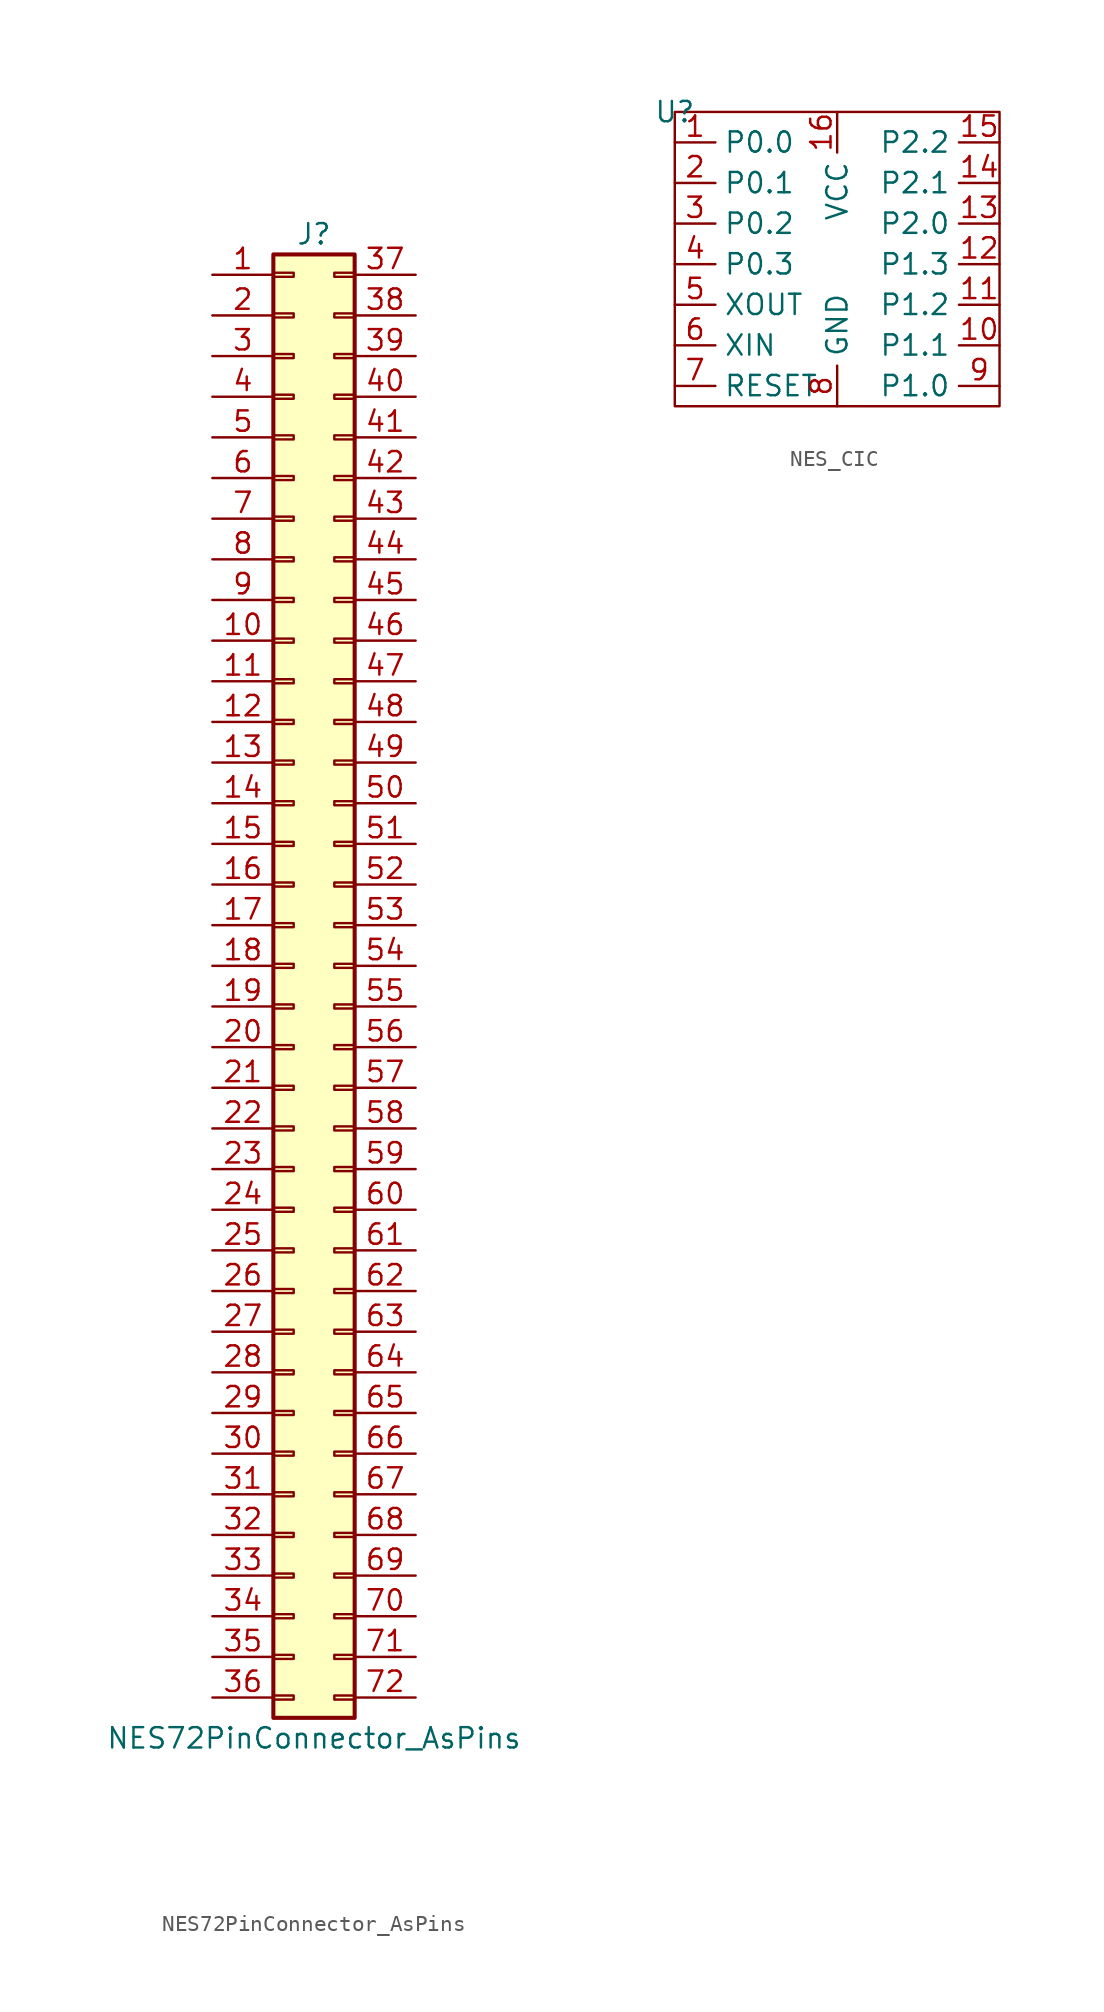
<source format=kicad_sym>
(kicad_symbol_lib
  (version 20220914)
  (generator kicad_symbol_editor)
  (symbol "NES72PinConnector_AsPins"
    (pin_names
      (offset 1.016) hide)
    (property "Reference" "J"
      (at 1.27 45.72 0)
      (effects (font (size 1.27 1.27))))
    (property "Value" "NES72PinConnector_AsPins"
      (at 1.27 -48.26 0)
      (effects (font (size 1.27 1.27))))
    (symbol "NES72PinConnector_AsPins_1_1"
      (rectangle (start -1.27 -45.593) (end 0 -45.847) (stroke (width 0.152) (type default)) (fill (type none)))
      (rectangle (start -1.27 -43.053) (end 0 -43.307) (stroke (width 0.152) (type default)) (fill (type none)))
      (rectangle (start -1.27 -40.513) (end 0 -40.767) (stroke (width 0.152) (type default)) (fill (type none)))
      (rectangle (start -1.27 -37.973) (end 0 -38.227) (stroke (width 0.152) (type default)) (fill (type none)))
      (rectangle (start -1.27 -35.433) (end 0 -35.687) (stroke (width 0.152) (type default)) (fill (type none)))
      (rectangle (start -1.27 -32.893) (end 0 -33.147) (stroke (width 0.152) (type default)) (fill (type none)))
      (rectangle (start -1.27 -30.353) (end 0 -30.607) (stroke (width 0.152) (type default)) (fill (type none)))
      (rectangle (start -1.27 -27.813) (end 0 -28.067) (stroke (width 0.152) (type default)) (fill (type none)))
      (rectangle (start -1.27 -25.273) (end 0 -25.527) (stroke (width 0.152) (type default)) (fill (type none)))
      (rectangle (start -1.27 -22.733) (end 0 -22.987) (stroke (width 0.152) (type default)) (fill (type none)))
      (rectangle (start -1.27 -20.193) (end 0 -20.447) (stroke (width 0.152) (type default)) (fill (type none)))
      (rectangle (start -1.27 -17.653) (end 0 -17.907) (stroke (width 0.152) (type default)) (fill (type none)))
      (rectangle (start -1.27 -15.113) (end 0 -15.367) (stroke (width 0.152) (type default)) (fill (type none)))
      (rectangle (start -1.27 -12.573) (end 0 -12.827) (stroke (width 0.152) (type default)) (fill (type none)))
      (rectangle (start -1.27 -10.033) (end 0 -10.287) (stroke (width 0.152) (type default)) (fill (type none)))
      (rectangle (start -1.27 -7.493) (end 0 -7.747) (stroke (width 0.152) (type default)) (fill (type none)))
      (rectangle (start -1.27 -4.953) (end 0 -5.207) (stroke (width 0.152) (type default)) (fill (type none)))
      (rectangle (start -1.27 -2.413) (end 0 -2.667) (stroke (width 0.152) (type default)) (fill (type none)))
      (rectangle (start -1.27 0.127) (end 0 -0.127) (stroke (width 0.152) (type default)) (fill (type none)))
      (rectangle (start -1.27 2.667) (end 0 2.413) (stroke (width 0.152) (type default)) (fill (type none)))
      (rectangle (start -1.27 5.207) (end 0 4.953) (stroke (width 0.152) (type default)) (fill (type none)))
      (rectangle (start -1.27 7.747) (end 0 7.493) (stroke (width 0.152) (type default)) (fill (type none)))
      (rectangle (start -1.27 10.287) (end 0 10.033) (stroke (width 0.152) (type default)) (fill (type none)))
      (rectangle (start -1.27 12.827) (end 0 12.573) (stroke (width 0.152) (type default)) (fill (type none)))
      (rectangle (start -1.27 15.367) (end 0 15.113) (stroke (width 0.152) (type default)) (fill (type none)))
      (rectangle (start -1.27 17.907) (end 0 17.653) (stroke (width 0.152) (type default)) (fill (type none)))
      (rectangle (start -1.27 20.447) (end 0 20.193) (stroke (width 0.152) (type default)) (fill (type none)))
      (rectangle (start -1.27 22.987) (end 0 22.733) (stroke (width 0.152) (type default)) (fill (type none)))
      (rectangle (start -1.27 25.527) (end 0 25.273) (stroke (width 0.152) (type default)) (fill (type none)))
      (rectangle (start -1.27 28.067) (end 0 27.813) (stroke (width 0.152) (type default)) (fill (type none)))
      (rectangle (start -1.27 30.607) (end 0 30.353) (stroke (width 0.152) (type default)) (fill (type none)))
      (rectangle (start -1.27 33.147) (end 0 32.893) (stroke (width 0.152) (type default)) (fill (type none)))
      (rectangle (start -1.27 35.687) (end 0 35.433) (stroke (width 0.152) (type default)) (fill (type none)))
      (rectangle (start -1.27 38.227) (end 0 37.973) (stroke (width 0.152) (type default)) (fill (type none)))
      (rectangle (start -1.27 40.767) (end 0 40.513) (stroke (width 0.152) (type default)) (fill (type none)))
      (rectangle (start -1.27 43.307) (end 0 43.053) (stroke (width 0.152) (type default)) (fill (type none)))
      (rectangle (start -1.27 44.45) (end 3.81 -46.99) (stroke (width 0.254) (type default)) (fill (type background)))
      (rectangle (start 3.81 -45.593) (end 2.54 -45.847) (stroke (width 0.152) (type default)) (fill (type none)))
      (rectangle (start 3.81 -43.053) (end 2.54 -43.307) (stroke (width 0.152) (type default)) (fill (type none)))
      (rectangle (start 3.81 -40.513) (end 2.54 -40.767) (stroke (width 0.152) (type default)) (fill (type none)))
      (rectangle (start 3.81 -37.973) (end 2.54 -38.227) (stroke (width 0.152) (type default)) (fill (type none)))
      (rectangle (start 3.81 -35.433) (end 2.54 -35.687) (stroke (width 0.152) (type default)) (fill (type none)))
      (rectangle (start 3.81 -32.893) (end 2.54 -33.147) (stroke (width 0.152) (type default)) (fill (type none)))
      (rectangle (start 3.81 -30.353) (end 2.54 -30.607) (stroke (width 0.152) (type default)) (fill (type none)))
      (rectangle (start 3.81 -27.813) (end 2.54 -28.067) (stroke (width 0.152) (type default)) (fill (type none)))
      (rectangle (start 3.81 -25.273) (end 2.54 -25.527) (stroke (width 0.152) (type default)) (fill (type none)))
      (rectangle (start 3.81 -22.733) (end 2.54 -22.987) (stroke (width 0.152) (type default)) (fill (type none)))
      (rectangle (start 3.81 -20.193) (end 2.54 -20.447) (stroke (width 0.152) (type default)) (fill (type none)))
      (rectangle (start 3.81 -17.653) (end 2.54 -17.907) (stroke (width 0.152) (type default)) (fill (type none)))
      (rectangle (start 3.81 -15.113) (end 2.54 -15.367) (stroke (width 0.152) (type default)) (fill (type none)))
      (rectangle (start 3.81 -12.573) (end 2.54 -12.827) (stroke (width 0.152) (type default)) (fill (type none)))
      (rectangle (start 3.81 -10.033) (end 2.54 -10.287) (stroke (width 0.152) (type default)) (fill (type none)))
      (rectangle (start 3.81 -7.493) (end 2.54 -7.747) (stroke (width 0.152) (type default)) (fill (type none)))
      (rectangle (start 3.81 -4.953) (end 2.54 -5.207) (stroke (width 0.152) (type default)) (fill (type none)))
      (rectangle (start 3.81 -2.413) (end 2.54 -2.667) (stroke (width 0.152) (type default)) (fill (type none)))
      (rectangle (start 3.81 0.127) (end 2.54 -0.127) (stroke (width 0.152) (type default)) (fill (type none)))
      (rectangle (start 3.81 2.667) (end 2.54 2.413) (stroke (width 0.152) (type default)) (fill (type none)))
      (rectangle (start 3.81 5.207) (end 2.54 4.953) (stroke (width 0.152) (type default)) (fill (type none)))
      (rectangle (start 3.81 7.747) (end 2.54 7.493) (stroke (width 0.152) (type default)) (fill (type none)))
      (rectangle (start 3.81 10.287) (end 2.54 10.033) (stroke (width 0.152) (type default)) (fill (type none)))
      (rectangle (start 3.81 12.827) (end 2.54 12.573) (stroke (width 0.152) (type default)) (fill (type none)))
      (rectangle (start 3.81 15.367) (end 2.54 15.113) (stroke (width 0.152) (type default)) (fill (type none)))
      (rectangle (start 3.81 17.907) (end 2.54 17.653) (stroke (width 0.152) (type default)) (fill (type none)))
      (rectangle (start 3.81 20.447) (end 2.54 20.193) (stroke (width 0.152) (type default)) (fill (type none)))
      (rectangle (start 3.81 22.987) (end 2.54 22.733) (stroke (width 0.152) (type default)) (fill (type none)))
      (rectangle (start 3.81 25.527) (end 2.54 25.273) (stroke (width 0.152) (type default)) (fill (type none)))
      (rectangle (start 3.81 28.067) (end 2.54 27.813) (stroke (width 0.152) (type default)) (fill (type none)))
      (rectangle (start 3.81 30.607) (end 2.54 30.353) (stroke (width 0.152) (type default)) (fill (type none)))
      (rectangle (start 3.81 33.147) (end 2.54 32.893) (stroke (width 0.152) (type default)) (fill (type none)))
      (rectangle (start 3.81 35.687) (end 2.54 35.433) (stroke (width 0.152) (type default)) (fill (type none)))
      (rectangle (start 3.81 38.227) (end 2.54 37.973) (stroke (width 0.152) (type default)) (fill (type none)))
      (rectangle (start 3.81 40.767) (end 2.54 40.513) (stroke (width 0.152) (type default)) (fill (type none)))
      (rectangle (start 3.81 43.307) (end 2.54 43.053) (stroke (width 0.152) (type default)) (fill (type none)))
      (pin power_in line (at -5.08 43.18 0) (length 3.81) (name "GND" (effects (font (size 1.27 1.27)))) (number "1" (effects (font (size 1.27 1.27)))))
      (pin passive line (at -5.08 20.32 0) (length 3.81) (name "Pin_10" (effects (font (size 1.27 1.27)))) (number "10" (effects (font (size 1.27 1.27)))))
      (pin passive line (at -5.08 17.78 0) (length 3.81) (name "Pin_11" (effects (font (size 1.27 1.27)))) (number "11" (effects (font (size 1.27 1.27)))))
      (pin passive line (at -5.08 15.24 0) (length 3.81) (name "Pin_12" (effects (font (size 1.27 1.27)))) (number "12" (effects (font (size 1.27 1.27)))))
      (pin passive line (at -5.08 12.7 0) (length 3.81) (name "Pin_13" (effects (font (size 1.27 1.27)))) (number "13" (effects (font (size 1.27 1.27)))))
      (pin passive line (at -5.08 10.16 0) (length 3.81) (name "Pin_14" (effects (font (size 1.27 1.27)))) (number "14" (effects (font (size 1.27 1.27)))))
      (pin passive line (at -5.08 7.62 0) (length 3.81) (name "Pin_15" (effects (font (size 1.27 1.27)))) (number "15" (effects (font (size 1.27 1.27)))))
      (pin passive line (at -5.08 5.08 0) (length 3.81) (name "Pin_16" (effects (font (size 1.27 1.27)))) (number "16" (effects (font (size 1.27 1.27)))))
      (pin passive line (at -5.08 2.54 0) (length 3.81) (name "Pin_17" (effects (font (size 1.27 1.27)))) (number "17" (effects (font (size 1.27 1.27)))))
      (pin passive line (at -5.08 0 0) (length 3.81) (name "Pin_18" (effects (font (size 1.27 1.27)))) (number "18" (effects (font (size 1.27 1.27)))))
      (pin passive line (at -5.08 -2.54 0) (length 3.81) (name "Pin_19" (effects (font (size 1.27 1.27)))) (number "19" (effects (font (size 1.27 1.27)))))
      (pin input line (at -5.08 40.64 0) (length 3.81) (name "CPU_A11" (effects (font (size 1.27 1.27)))) (number "2" (effects (font (size 1.27 1.27)))))
      (pin passive line (at -5.08 -5.08 0) (length 3.81) (name "Pin_20" (effects (font (size 1.27 1.27)))) (number "20" (effects (font (size 1.27 1.27)))))
      (pin passive line (at -5.08 -7.62 0) (length 3.81) (name "Pin_21" (effects (font (size 1.27 1.27)))) (number "21" (effects (font (size 1.27 1.27)))))
      (pin passive line (at -5.08 -10.16 0) (length 3.81) (name "Pin_22" (effects (font (size 1.27 1.27)))) (number "22" (effects (font (size 1.27 1.27)))))
      (pin passive line (at -5.08 -12.7 0) (length 3.81) (name "Pin_23" (effects (font (size 1.27 1.27)))) (number "23" (effects (font (size 1.27 1.27)))))
      (pin passive line (at -5.08 -15.24 0) (length 3.81) (name "Pin_24" (effects (font (size 1.27 1.27)))) (number "24" (effects (font (size 1.27 1.27)))))
      (pin passive line (at -5.08 -17.78 0) (length 3.81) (name "Pin_25" (effects (font (size 1.27 1.27)))) (number "25" (effects (font (size 1.27 1.27)))))
      (pin passive line (at -5.08 -20.32 0) (length 3.81) (name "Pin_26" (effects (font (size 1.27 1.27)))) (number "26" (effects (font (size 1.27 1.27)))))
      (pin passive line (at -5.08 -22.86 0) (length 3.81) (name "Pin_27" (effects (font (size 1.27 1.27)))) (number "27" (effects (font (size 1.27 1.27)))))
      (pin passive line (at -5.08 -25.4 0) (length 3.81) (name "Pin_28" (effects (font (size 1.27 1.27)))) (number "28" (effects (font (size 1.27 1.27)))))
      (pin passive line (at -5.08 -27.94 0) (length 3.81) (name "Pin_29" (effects (font (size 1.27 1.27)))) (number "29" (effects (font (size 1.27 1.27)))))
      (pin passive line (at -5.08 38.1 0) (length 3.81) (name "Pin_3" (effects (font (size 1.27 1.27)))) (number "3" (effects (font (size 1.27 1.27)))))
      (pin passive line (at -5.08 -30.48 0) (length 3.81) (name "Pin_30" (effects (font (size 1.27 1.27)))) (number "30" (effects (font (size 1.27 1.27)))))
      (pin passive line (at -5.08 -33.02 0) (length 3.81) (name "Pin_31" (effects (font (size 1.27 1.27)))) (number "31" (effects (font (size 1.27 1.27)))))
      (pin passive line (at -5.08 -35.56 0) (length 3.81) (name "Pin_32" (effects (font (size 1.27 1.27)))) (number "32" (effects (font (size 1.27 1.27)))))
      (pin passive line (at -5.08 -38.1 0) (length 3.81) (name "Pin_33" (effects (font (size 1.27 1.27)))) (number "33" (effects (font (size 1.27 1.27)))))
      (pin passive line (at -5.08 -40.64 0) (length 3.81) (name "Pin_34" (effects (font (size 1.27 1.27)))) (number "34" (effects (font (size 1.27 1.27)))))
      (pin passive line (at -5.08 -43.18 0) (length 3.81) (name "Pin_35" (effects (font (size 1.27 1.27)))) (number "35" (effects (font (size 1.27 1.27)))))
      (pin passive line (at -5.08 -45.72 0) (length 3.81) (name "Pin_36" (effects (font (size 1.27 1.27)))) (number "36" (effects (font (size 1.27 1.27)))))
      (pin passive line (at 7.62 43.18 180) (length 3.81) (name "Pin_37" (effects (font (size 1.27 1.27)))) (number "37" (effects (font (size 1.27 1.27)))))
      (pin passive line (at 7.62 40.64 180) (length 3.81) (name "Pin_38" (effects (font (size 1.27 1.27)))) (number "38" (effects (font (size 1.27 1.27)))))
      (pin passive line (at 7.62 38.1 180) (length 3.81) (name "Pin_39" (effects (font (size 1.27 1.27)))) (number "39" (effects (font (size 1.27 1.27)))))
      (pin passive line (at -5.08 35.56 0) (length 3.81) (name "Pin_4" (effects (font (size 1.27 1.27)))) (number "4" (effects (font (size 1.27 1.27)))))
      (pin passive line (at 7.62 35.56 180) (length 3.81) (name "Pin_40" (effects (font (size 1.27 1.27)))) (number "40" (effects (font (size 1.27 1.27)))))
      (pin passive line (at 7.62 33.02 180) (length 3.81) (name "Pin_41" (effects (font (size 1.27 1.27)))) (number "41" (effects (font (size 1.27 1.27)))))
      (pin passive line (at 7.62 30.48 180) (length 3.81) (name "Pin_42" (effects (font (size 1.27 1.27)))) (number "42" (effects (font (size 1.27 1.27)))))
      (pin passive line (at 7.62 27.94 180) (length 3.81) (name "Pin_43" (effects (font (size 1.27 1.27)))) (number "43" (effects (font (size 1.27 1.27)))))
      (pin passive line (at 7.62 25.4 180) (length 3.81) (name "Pin_44" (effects (font (size 1.27 1.27)))) (number "44" (effects (font (size 1.27 1.27)))))
      (pin passive line (at 7.62 22.86 180) (length 3.81) (name "Pin_45" (effects (font (size 1.27 1.27)))) (number "45" (effects (font (size 1.27 1.27)))))
      (pin passive line (at 7.62 20.32 180) (length 3.81) (name "Pin_46" (effects (font (size 1.27 1.27)))) (number "46" (effects (font (size 1.27 1.27)))))
      (pin passive line (at 7.62 17.78 180) (length 3.81) (name "Pin_47" (effects (font (size 1.27 1.27)))) (number "47" (effects (font (size 1.27 1.27)))))
      (pin passive line (at 7.62 15.24 180) (length 3.81) (name "Pin_48" (effects (font (size 1.27 1.27)))) (number "48" (effects (font (size 1.27 1.27)))))
      (pin passive line (at 7.62 12.7 180) (length 3.81) (name "Pin_49" (effects (font (size 1.27 1.27)))) (number "49" (effects (font (size 1.27 1.27)))))
      (pin passive line (at -5.08 33.02 0) (length 3.81) (name "Pin_5" (effects (font (size 1.27 1.27)))) (number "5" (effects (font (size 1.27 1.27)))))
      (pin passive line (at 7.62 10.16 180) (length 3.81) (name "Pin_50" (effects (font (size 1.27 1.27)))) (number "50" (effects (font (size 1.27 1.27)))))
      (pin passive line (at 7.62 7.62 180) (length 3.81) (name "Pin_51" (effects (font (size 1.27 1.27)))) (number "51" (effects (font (size 1.27 1.27)))))
      (pin passive line (at 7.62 5.08 180) (length 3.81) (name "Pin_52" (effects (font (size 1.27 1.27)))) (number "52" (effects (font (size 1.27 1.27)))))
      (pin passive line (at 7.62 2.54 180) (length 3.81) (name "Pin_53" (effects (font (size 1.27 1.27)))) (number "53" (effects (font (size 1.27 1.27)))))
      (pin passive line (at 7.62 0 180) (length 3.81) (name "Pin_54" (effects (font (size 1.27 1.27)))) (number "54" (effects (font (size 1.27 1.27)))))
      (pin passive line (at 7.62 -2.54 180) (length 3.81) (name "Pin_55" (effects (font (size 1.27 1.27)))) (number "55" (effects (font (size 1.27 1.27)))))
      (pin passive line (at 7.62 -5.08 180) (length 3.81) (name "Pin_56" (effects (font (size 1.27 1.27)))) (number "56" (effects (font (size 1.27 1.27)))))
      (pin passive line (at 7.62 -7.62 180) (length 3.81) (name "Pin_57" (effects (font (size 1.27 1.27)))) (number "57" (effects (font (size 1.27 1.27)))))
      (pin passive line (at 7.62 -10.16 180) (length 3.81) (name "Pin_58" (effects (font (size 1.27 1.27)))) (number "58" (effects (font (size 1.27 1.27)))))
      (pin passive line (at 7.62 -12.7 180) (length 3.81) (name "Pin_59" (effects (font (size 1.27 1.27)))) (number "59" (effects (font (size 1.27 1.27)))))
      (pin passive line (at -5.08 30.48 0) (length 3.81) (name "Pin_6" (effects (font (size 1.27 1.27)))) (number "6" (effects (font (size 1.27 1.27)))))
      (pin passive line (at 7.62 -15.24 180) (length 3.81) (name "Pin_60" (effects (font (size 1.27 1.27)))) (number "60" (effects (font (size 1.27 1.27)))))
      (pin passive line (at 7.62 -17.78 180) (length 3.81) (name "Pin_61" (effects (font (size 1.27 1.27)))) (number "61" (effects (font (size 1.27 1.27)))))
      (pin passive line (at 7.62 -20.32 180) (length 3.81) (name "Pin_62" (effects (font (size 1.27 1.27)))) (number "62" (effects (font (size 1.27 1.27)))))
      (pin passive line (at 7.62 -22.86 180) (length 3.81) (name "Pin_63" (effects (font (size 1.27 1.27)))) (number "63" (effects (font (size 1.27 1.27)))))
      (pin passive line (at 7.62 -25.4 180) (length 3.81) (name "Pin_64" (effects (font (size 1.27 1.27)))) (number "64" (effects (font (size 1.27 1.27)))))
      (pin passive line (at 7.62 -27.94 180) (length 3.81) (name "Pin_65" (effects (font (size 1.27 1.27)))) (number "65" (effects (font (size 1.27 1.27)))))
      (pin passive line (at 7.62 -30.48 180) (length 3.81) (name "Pin_66" (effects (font (size 1.27 1.27)))) (number "66" (effects (font (size 1.27 1.27)))))
      (pin passive line (at 7.62 -33.02 180) (length 3.81) (name "Pin_67" (effects (font (size 1.27 1.27)))) (number "67" (effects (font (size 1.27 1.27)))))
      (pin passive line (at 7.62 -35.56 180) (length 3.81) (name "Pin_68" (effects (font (size 1.27 1.27)))) (number "68" (effects (font (size 1.27 1.27)))))
      (pin passive line (at 7.62 -38.1 180) (length 3.81) (name "Pin_69" (effects (font (size 1.27 1.27)))) (number "69" (effects (font (size 1.27 1.27)))))
      (pin passive line (at -5.08 27.94 0) (length 3.81) (name "Pin_7" (effects (font (size 1.27 1.27)))) (number "7" (effects (font (size 1.27 1.27)))))
      (pin passive line (at 7.62 -40.64 180) (length 3.81) (name "Pin_70" (effects (font (size 1.27 1.27)))) (number "70" (effects (font (size 1.27 1.27)))))
      (pin passive line (at 7.62 -43.18 180) (length 3.81) (name "Pin_71" (effects (font (size 1.27 1.27)))) (number "71" (effects (font (size 1.27 1.27)))))
      (pin passive line (at 7.62 -45.72 180) (length 3.81) (name "Pin_72" (effects (font (size 1.27 1.27)))) (number "72" (effects (font (size 1.27 1.27)))))
      (pin passive line (at -5.08 25.4 0) (length 3.81) (name "Pin_8" (effects (font (size 1.27 1.27)))) (number "8" (effects (font (size 1.27 1.27)))))
      (pin passive line (at -5.08 22.86 0) (length 3.81) (name "Pin_9" (effects (font (size 1.27 1.27)))) (number "9" (effects (font (size 1.27 1.27)))))))
  (symbol "NES_CIC"
    (property "Reference" "U"
      (at 0 0 0)
      (effects (font (size 1.27 1.27))))
    (property "Value" ""
      (at 0 0 0)
      (effects (font (size 1.27 1.27))))
    (symbol "NES_CIC_0_1"
      (rectangle (start 0 0) (end 20.32 -18.415) (stroke (width 0) (type default)) (fill (type none))))
    (symbol "NES_CIC_1_1"
      (pin bidirectional line (at 0 -1.905 0) (length 2.54) (name "P0.0" (effects (font (size 1.27 1.27)))) (number "1" (effects (font (size 1.27 1.27)))))
      (pin input line (at 20.32 -14.605 180) (length 2.54) (name "P1.1" (effects (font (size 1.27 1.27)))) (number "10" (effects (font (size 1.27 1.27)))))
      (pin output line (at 20.32 -12.065 180) (length 2.54) (name "P1.2" (effects (font (size 1.27 1.27)))) (number "11" (effects (font (size 1.27 1.27)))))
      (pin bidirectional line (at 20.32 -9.525 180) (length 2.54) (name "P1.3" (effects (font (size 1.27 1.27)))) (number "12" (effects (font (size 1.27 1.27)))))
      (pin bidirectional line (at 20.32 -6.985 180) (length 2.54) (name "P2.0" (effects (font (size 1.27 1.27)))) (number "13" (effects (font (size 1.27 1.27)))))
      (pin bidirectional line (at 20.32 -4.445 180) (length 2.54) (name "P2.1" (effects (font (size 1.27 1.27)))) (number "14" (effects (font (size 1.27 1.27)))))
      (pin bidirectional line (at 20.32 -1.905 180) (length 2.54) (name "P2.2" (effects (font (size 1.27 1.27)))) (number "15" (effects (font (size 1.27 1.27)))))
      (pin power_in line (at 10.16 0 270) (length 2.54) (name "VCC" (effects (font (size 1.27 1.27)))) (number "16" (effects (font (size 1.27 1.27)))))
      (pin bidirectional line (at 0 -4.445 0) (length 2.54) (name "P0.1" (effects (font (size 1.27 1.27)))) (number "2" (effects (font (size 1.27 1.27)))))
      (pin bidirectional line (at 0 -6.985 0) (length 2.54) (name "P0.2" (effects (font (size 1.27 1.27)))) (number "3" (effects (font (size 1.27 1.27)))))
      (pin bidirectional line (at 0 -9.525 0) (length 2.54) (name "P0.3" (effects (font (size 1.27 1.27)))) (number "4" (effects (font (size 1.27 1.27)))))
      (pin output line (at 0 -12.065 0) (length 2.54) (name "XOUT" (effects (font (size 1.27 1.27)))) (number "5" (effects (font (size 1.27 1.27)))))
      (pin input line (at 0 -14.605 0) (length 2.54) (name "XIN" (effects (font (size 1.27 1.27)))) (number "6" (effects (font (size 1.27 1.27)))))
      (pin input line (at 0 -17.145 0) (length 2.54) (name "RESET" (effects (font (size 1.27 1.27)))) (number "7" (effects (font (size 1.27 1.27)))))
      (pin power_in line (at 10.16 -18.415 90) (length 2.54) (name "GND" (effects (font (size 1.27 1.27)))) (number "8" (effects (font (size 1.27 1.27)))))
      (pin input line (at 20.32 -17.145 180) (length 2.54) (name "P1.0" (effects (font (size 1.27 1.27)))) (number "9" (effects (font (size 1.27 1.27))))))))
</source>
